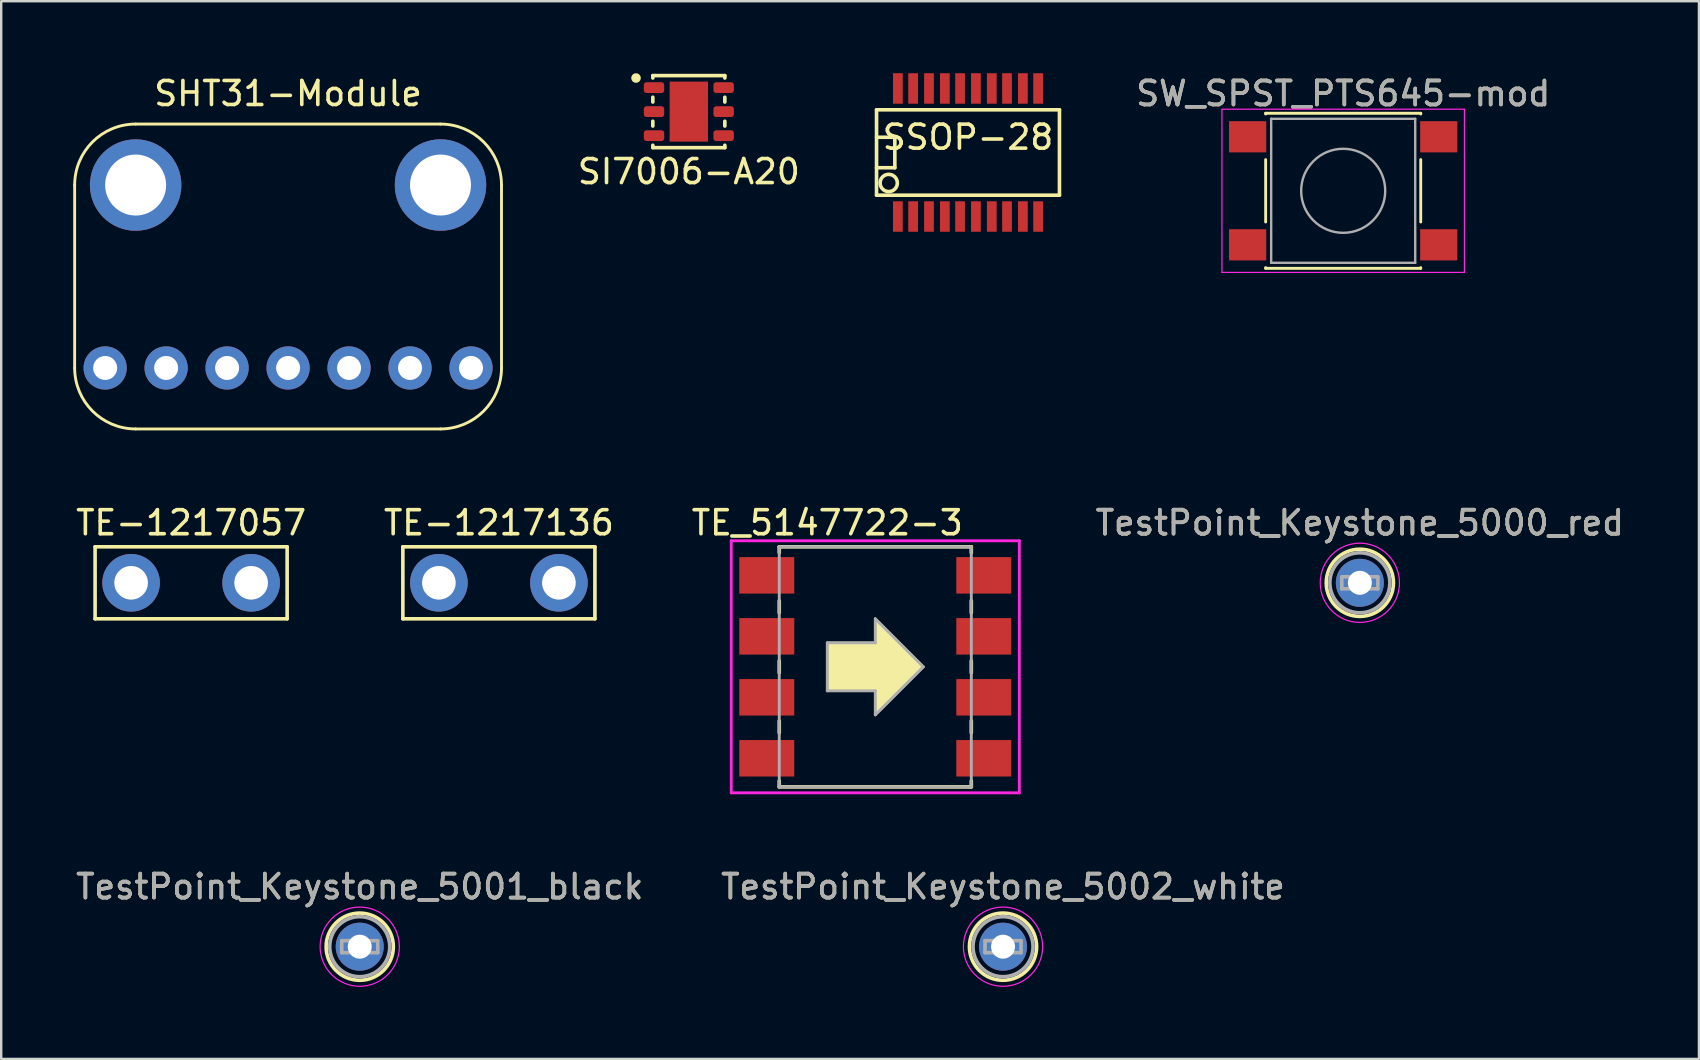
<source format=kicad_pcb>
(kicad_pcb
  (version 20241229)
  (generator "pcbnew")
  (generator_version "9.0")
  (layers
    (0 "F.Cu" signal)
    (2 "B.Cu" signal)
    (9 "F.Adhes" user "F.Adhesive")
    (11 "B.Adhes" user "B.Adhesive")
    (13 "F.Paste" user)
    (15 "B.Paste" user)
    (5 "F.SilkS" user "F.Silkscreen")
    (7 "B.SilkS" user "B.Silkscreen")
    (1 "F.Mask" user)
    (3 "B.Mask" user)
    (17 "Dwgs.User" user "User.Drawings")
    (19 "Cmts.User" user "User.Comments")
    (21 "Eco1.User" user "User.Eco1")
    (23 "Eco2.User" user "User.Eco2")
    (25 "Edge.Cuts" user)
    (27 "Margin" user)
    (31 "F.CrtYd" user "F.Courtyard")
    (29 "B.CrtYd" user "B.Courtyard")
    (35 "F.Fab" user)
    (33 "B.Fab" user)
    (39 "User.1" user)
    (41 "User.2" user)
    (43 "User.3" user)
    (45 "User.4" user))
  (footprint "TE_5147722-3"
    (layer "F.Cu")
    (at 33.411 24.727)
    (property "Reference" "TE_5147722-3" (at -2 -6 0) (layer "F.SilkS") (effects (font (size 1 1) (thickness 0.15))))
    (attr through_hole)
    (fp_line (start -4 -5) (end -4 -4.75) (stroke (width 0.15) (type solid)) (layer "F.SilkS"))
    (fp_line (start -4 -5) (end 4 -5) (stroke (width 0.15) (type solid)) (layer "F.SilkS"))
    (fp_line (start -4 -2.75) (end -4 -2.25) (stroke (width 0.15) (type solid)) (layer "F.SilkS"))
    (fp_line (start -4 -0.25) (end -4 0.25) (stroke (width 0.15) (type solid)) (layer "F.SilkS"))
    (fp_line (start -4 2.25) (end -4 2.75) (stroke (width 0.15) (type solid)) (layer "F.SilkS"))
    (fp_line (start -4 5) (end -4 4.75) (stroke (width 0.15) (type solid)) (layer "F.SilkS"))
    (fp_line (start -4 5) (end 4 5) (stroke (width 0.15) (type solid)) (layer "F.SilkS"))
    (fp_line (start 4 -5) (end 4 -4.75) (stroke (width 0.15) (type solid)) (layer "F.SilkS"))
    (fp_line (start 4 -2.75) (end 4 -2.25) (stroke (width 0.15) (type solid)) (layer "F.SilkS"))
    (fp_line (start 4 -0.25) (end 4 0.25) (stroke (width 0.15) (type solid)) (layer "F.SilkS"))
    (fp_line (start 4 2.25) (end 4 2.75) (stroke (width 0.15) (type solid)) (layer "F.SilkS"))
    (fp_line (start 4 5) (end 4 4.75) (stroke (width 0.15) (type solid)) (layer "F.SilkS"))
    (fp_poly (pts (xy -2 -1) (xy 0 -1) (xy 0 -2) (xy 2 0) (xy 0 2) (xy 0 1) (xy -2 1)) (stroke (width 0.1) (type solid)) (fill yes) (layer "F.SilkS"))
    (fp_line (start -6 -5.25) (end -6 5.25) (stroke (width 0.12) (type solid)) (layer "F.CrtYd"))
    (fp_line (start -6 -5.25) (end 6 -5.25) (stroke (width 0.12) (type solid)) (layer "F.CrtYd"))
    (fp_line (start 6 -5.25) (end 6 5.25) (stroke (width 0.12) (type solid)) (layer "F.CrtYd"))
    (fp_line (start 6 5.25) (end -6 5.25) (stroke (width 0.12) (type solid)) (layer "F.CrtYd"))
    (fp_line (start -4 -5) (end 4 -5) (stroke (width 0.12) (type solid)) (layer "F.Fab"))
    (fp_line (start -4 5) (end -4 -5) (stroke (width 0.12) (type solid)) (layer "F.Fab"))
    (fp_line (start -2 -1) (end 0 -1) (stroke (width 0.12) (type solid)) (layer "F.Fab"))
    (fp_line (start -2 1) (end -2 -1) (stroke (width 0.12) (type solid)) (layer "F.Fab"))
    (fp_line (start 0 -2) (end 2 0) (stroke (width 0.12) (type solid)) (layer "F.Fab"))
    (fp_line (start 0 -1) (end 0 -2) (stroke (width 0.12) (type solid)) (layer "F.Fab"))
    (fp_line (start 0 1) (end -2 1) (stroke (width 0.12) (type solid)) (layer "F.Fab"))
    (fp_line (start 0 2) (end 0 1) (stroke (width 0.12) (type solid)) (layer "F.Fab"))
    (fp_line (start 2 0) (end 0 2) (stroke (width 0.12) (type solid)) (layer "F.Fab"))
    (fp_line (start 4 -5) (end 4 5) (stroke (width 0.12) (type solid)) (layer "F.Fab"))
    (fp_line (start 4 5) (end -4 5) (stroke (width 0.12) (type solid)) (layer "F.Fab"))
    (pad "1" smd rect (at -4.52 -3.81 270) (size 1.52 2.29) (layers "F.Cu" "F.Mask" "F.Paste"))
    (pad "2" smd rect (at -4.52 -1.27 270) (size 1.52 2.29) (layers "F.Cu" "F.Mask" "F.Paste"))
    (pad "3" smd rect (at -4.52 1.27 270) (size 1.52 2.29) (layers "F.Cu" "F.Mask" "F.Paste"))
    (pad "4" smd rect (at -4.52 3.81 270) (size 1.52 2.29) (layers "F.Cu" "F.Mask" "F.Paste"))
    (pad "5" smd rect (at 4.52 -3.81 270) (size 1.52 2.29) (layers "F.Cu" "F.Mask" "F.Paste"))
    (pad "6" smd rect (at 4.52 -1.27 270) (size 1.52 2.29) (layers "F.Cu" "F.Mask" "F.Paste"))
    (pad "7" smd rect (at 4.52 1.27 270) (size 1.52 2.29) (layers "F.Cu" "F.Mask" "F.Paste"))
    (pad "8" smd rect (at 4.52 3.81 270) (size 1.52 2.29) (layers "F.Cu" "F.Mask" "F.Paste")))
  (footprint "SHT31-Module"
    (layer "F.Cu")
    (at 1.33 12.278)
    (property "Reference" "SHT31-Module" (at 7.62 -11.43 0) (layer "F.SilkS") (effects (font (size 1 1) (thickness 0.15))))
    (attr through_hole)
    (fp_line (start -1.27 0) (end -1.27 -7.62) (stroke (width 0.12) (type solid)) (layer "F.SilkS"))
    (fp_line (start 1.27 -10.16) (end 13.97 -10.16) (stroke (width 0.12) (type solid)) (layer "F.SilkS"))
    (fp_line (start 13.97 2.54) (end 1.27 2.54) (stroke (width 0.12) (type solid)) (layer "F.SilkS"))
    (fp_line (start 16.51 -7.62) (end 16.51 0) (stroke (width 0.12) (type solid)) (layer "F.SilkS"))
    (fp_arc (start -1.27 -7.62) (mid -0.526051 -9.416051) (end 1.27 -10.16) (stroke (width 0.12) (type solid)) (layer "F.SilkS"))
    (fp_arc (start 1.27 2.54) (mid -0.526051 1.796051) (end -1.27 0) (stroke (width 0.12) (type solid)) (layer "F.SilkS"))
    (fp_arc (start 13.97 -10.16) (mid 15.766051 -9.416051) (end 16.51 -7.62) (stroke (width 0.12) (type solid)) (layer "F.SilkS"))
    (fp_arc (start 16.51 0) (mid 15.766051 1.796051) (end 13.97 2.54) (stroke (width 0.12) (type solid)) (layer "F.SilkS"))
    (pad "" np_thru_hole circle (at 1.27 -7.62) (size 3.81 3.81) (drill 2.54) (layers "*.Cu" "*.Mask"))
    (pad "" np_thru_hole circle (at 13.97 -7.62) (size 3.81 3.81) (drill 2.54) (layers "*.Cu" "*.Mask"))
    (pad "1" thru_hole circle (at 0 0) (size 1.8 1.8) (drill 1) (layers "*.Cu" "*.Mask"))
    (pad "2" thru_hole circle (at 2.54 0) (size 1.8 1.8) (drill 1) (layers "*.Cu" "*.Mask"))
    (pad "3" thru_hole circle (at 5.08 0) (size 1.8 1.8) (drill 1) (layers "*.Cu" "*.Mask"))
    (pad "4" thru_hole circle (at 7.62 0) (size 1.8 1.8) (drill 1) (layers "*.Cu" "*.Mask"))
    (pad "5" thru_hole circle (at 10.16 0) (size 1.8 1.8) (drill 1) (layers "*.Cu" "*.Mask"))
    (pad "6" thru_hole circle (at 12.7 0) (size 1.8 1.8) (drill 1) (layers "*.Cu" "*.Mask"))
    (pad "7" thru_hole circle (at 15.24 0) (size 1.8 1.8) (drill 1) (layers "*.Cu" "*.Mask")))
  (footprint "TE-1217136"
    (layer "F.Cu")
    (at 17.732 21.227)
    (property "Reference" "TE-1217136" (at 0 -2.5 0) (layer "F.SilkS") (effects (font (size 1 1) (thickness 0.15))))
    (attr through_hole)
    (fp_line (start -4 -1.5) (end 4 -1.5) (stroke (width 0.15) (type solid)) (layer "F.SilkS"))
    (fp_line (start -4 1.5) (end -4 -1.5) (stroke (width 0.15) (type solid)) (layer "F.SilkS"))
    (fp_line (start 4 -1.5) (end 4 1.5) (stroke (width 0.15) (type solid)) (layer "F.SilkS"))
    (fp_line (start 4 1.5) (end -4 1.5) (stroke (width 0.15) (type solid)) (layer "F.SilkS"))
    (pad "1" thru_hole circle (at -2.5 0) (size 2.4 2.4) (drill 1.4) (layers "*.Cu" "*.Mask"))
    (pad "2" thru_hole circle (at 2.5 0) (size 2.4 2.4) (drill 1.4) (layers "*.Cu" "*.Mask")))
  (footprint "SI7006-A20"
    (layer "F.Cu")
    (at 25.644 1.6)
    (property "Reference" "SI7006-A20" (at 0 2.5 0) (layer "F.SilkS") (effects (font (size 1 1) (thickness 0.15))))
    (attr through_hole)
    (fp_line (start -1.5 -1.5) (end -1.5 -1.4) (stroke (width 0.15) (type solid)) (layer "F.SilkS"))
    (fp_line (start -1.5 -1.5) (end 1.5 -1.5) (stroke (width 0.15) (type solid)) (layer "F.SilkS"))
    (fp_line (start -1.5 -0.6) (end -1.5 -0.4) (stroke (width 0.15) (type solid)) (layer "F.SilkS"))
    (fp_line (start -1.5 0.4) (end -1.5 0.6) (stroke (width 0.15) (type solid)) (layer "F.SilkS"))
    (fp_line (start -1.5 1.5) (end -1.5 1.4) (stroke (width 0.15) (type solid)) (layer "F.SilkS"))
    (fp_line (start -1.5 1.5) (end 1.5 1.5) (stroke (width 0.15) (type solid)) (layer "F.SilkS"))
    (fp_line (start 1.5 -1.5) (end 1.5 -1.4) (stroke (width 0.15) (type solid)) (layer "F.SilkS"))
    (fp_line (start 1.5 -0.6) (end 1.5 -0.4) (stroke (width 0.15) (type solid)) (layer "F.SilkS"))
    (fp_line (start 1.5 0.4) (end 1.5 0.6) (stroke (width 0.15) (type solid)) (layer "F.SilkS"))
    (fp_line (start 1.5 1.5) (end 1.5 1.4) (stroke (width 0.15) (type solid)) (layer "F.SilkS"))
    (fp_circle (center -2.2 -1.4) (end -2.1 -1.4) (stroke (width 0.2) (type solid)) (fill no) (layer "F.SilkS"))
    (pad "1" smd roundrect (at -1.45 -1) (size 0.85 0.45) (layers "F.Cu" "F.Mask" "F.Paste") (roundrect_rratio 0.25))
    (pad "2" smd roundrect (at -1.45 0) (size 0.85 0.45) (layers "F.Cu" "F.Mask" "F.Paste") (roundrect_rratio 0.25))
    (pad "3" smd roundrect (at -1.45 1) (size 0.85 0.45) (layers "F.Cu" "F.Mask" "F.Paste") (roundrect_rratio 0.25))
    (pad "4" smd roundrect (at 1.45 1) (size 0.85 0.45) (layers "F.Cu" "F.Mask" "F.Paste") (roundrect_rratio 0.25))
    (pad "5" smd roundrect (at 1.45 0) (size 0.85 0.45) (layers "F.Cu" "F.Mask" "F.Paste") (roundrect_rratio 0.25))
    (pad "6" smd roundrect (at 1.45 -1) (size 0.85 0.45) (layers "F.Cu" "F.Mask" "F.Paste") (roundrect_rratio 0.25))
    (pad "7" smd rect (at 0 0) (size 1.6 2.5) (layers "F.Cu" "F.Mask" "F.Paste")))
  (footprint "SW_SPST_PTS645-mod"
    (layer "F.Cu")
    (at 52.902 4.898)
    (property "Reference" "SW_SPST_PTS645-mod" (at 0 -4.05 0) (layer "F.SilkS") (effects (font (size 1 1) (thickness 0.15))))
    (attr smd)
    (fp_line (start -3.23 -3.23) (end 3.23 -3.23) (stroke (width 0.12) (type solid)) (layer "F.SilkS"))
    (fp_line (start -3.23 -3.2) (end -3.23 -3.23) (stroke (width 0.12) (type solid)) (layer "F.SilkS"))
    (fp_line (start -3.23 -1.3) (end -3.23 1.3) (stroke (width 0.12) (type solid)) (layer "F.SilkS"))
    (fp_line (start -3.23 3.23) (end -3.23 3.2) (stroke (width 0.12) (type solid)) (layer "F.SilkS"))
    (fp_line (start -3.23 3.23) (end 3.23 3.23) (stroke (width 0.12) (type solid)) (layer "F.SilkS"))
    (fp_line (start 3.23 -3.23) (end 3.23 -3.2) (stroke (width 0.12) (type solid)) (layer "F.SilkS"))
    (fp_line (start 3.23 -1.3) (end 3.23 1.3) (stroke (width 0.12) (type solid)) (layer "F.SilkS"))
    (fp_line (start 3.23 3.23) (end 3.23 3.2) (stroke (width 0.12) (type solid)) (layer "F.SilkS"))
    (fp_line (start -5.05 -3.4) (end -5.05 3.4) (stroke (width 0.05) (type solid)) (layer "F.CrtYd"))
    (fp_line (start -5.05 -3.4) (end 5.05 -3.4) (stroke (width 0.05) (type solid)) (layer "F.CrtYd"))
    (fp_line (start -5.05 3.4) (end 5.05 3.4) (stroke (width 0.05) (type solid)) (layer "F.CrtYd"))
    (fp_line (start 5.05 3.4) (end 5.05 -3.4) (stroke (width 0.05) (type solid)) (layer "F.CrtYd"))
    (fp_line (start -3 -3) (end -3 3) (stroke (width 0.1) (type solid)) (layer "F.Fab"))
    (fp_line (start -3 3) (end 3 3) (stroke (width 0.1) (type solid)) (layer "F.Fab"))
    (fp_line (start 3 -3) (end -3 -3) (stroke (width 0.1) (type solid)) (layer "F.Fab"))
    (fp_line (start 3 3) (end 3 -3) (stroke (width 0.1) (type solid)) (layer "F.Fab"))
    (fp_circle (center 0 0) (end 1.75 -0.05) (stroke (width 0.1) (type solid)) (fill no) (layer "F.Fab"))
    (fp_text user "${REFERENCE}" (at 0 -4.05 0) (layer "F.Fab") (effects (font (size 1 1) (thickness 0.15))))
    (pad "1" smd rect (at -3.98 -2.25) (size 1.55 1.3) (layers "F.Cu" "F.Mask" "F.Paste"))
    (pad "1" smd rect (at 3.98 -2.25) (size 1.55 1.3) (layers "F.Cu" "F.Mask" "F.Paste"))
    (pad "2" smd rect (at 3.98 2.25) (size 1.55 1.3) (layers "F.Cu" "F.Mask" "F.Paste"))
    (pad "3" smd rect (at -3.98 2.25) (size 1.55 1.3) (layers "F.Cu" "F.Mask" "F.Paste")))
  (footprint "TestPoint_Keystone_5001_black"
    (layer "F.Cu")
    (at 11.935 36.385)
    (property "Reference" "TestPoint_Keystone_5001_black" (at 0 -2.5 0) (layer "F.SilkS") (effects (font (size 1 1) (thickness 0.15))))
    (attr through_hole)
    (fp_circle (center 0 0) (end 1.4 0) (stroke (width 0.15) (type solid)) (fill no) (layer "F.SilkS"))
    (fp_circle (center 0 0) (end 1.65 0) (stroke (width 0.05) (type solid)) (fill no) (layer "F.CrtYd"))
    (fp_line (start -0.75 -0.25) (end 0.75 -0.25) (stroke (width 0.15) (type solid)) (layer "F.Fab"))
    (fp_line (start -0.75 0.25) (end -0.75 -0.25) (stroke (width 0.15) (type solid)) (layer "F.Fab"))
    (fp_line (start 0.75 -0.25) (end 0.75 0.25) (stroke (width 0.15) (type solid)) (layer "F.Fab"))
    (fp_line (start 0.75 0.25) (end -0.75 0.25) (stroke (width 0.15) (type solid)) (layer "F.Fab"))
    (fp_circle (center 0 0) (end 1.25 0) (stroke (width 0.15) (type solid)) (fill no) (layer "F.Fab"))
    (fp_text user "${REFERENCE}" (at 0 -2.5 0) (layer "F.Fab") (effects (font (size 1 1) (thickness 0.15))))
    (pad "1" thru_hole circle (at 0 0) (size 2 2) (drill 1) (layers "*.Cu" "*.Mask")))
  (footprint "TE-1217057"
    (layer "F.Cu")
    (at 4.911 21.227)
    (property "Reference" "TE-1217057" (at 0 -2.5 0) (layer "F.SilkS") (effects (font (size 1 1) (thickness 0.15))))
    (attr through_hole)
    (fp_line (start -4 -1.5) (end 4 -1.5) (stroke (width 0.15) (type solid)) (layer "F.SilkS"))
    (fp_line (start -4 1.5) (end -4 -1.5) (stroke (width 0.15) (type solid)) (layer "F.SilkS"))
    (fp_line (start 4 -1.5) (end 4 1.5) (stroke (width 0.15) (type solid)) (layer "F.SilkS"))
    (fp_line (start 4 1.5) (end -4 1.5) (stroke (width 0.15) (type solid)) (layer "F.SilkS"))
    (pad "1" thru_hole circle (at -2.5 0) (size 2.4 2.4) (drill 1.4) (layers "*.Cu" "*.Mask"))
    (pad "2" thru_hole circle (at 2.5 0) (size 2.4 2.4) (drill 1.4) (layers "*.Cu" "*.Mask")))
  (footprint "SSOP-28"
    (layer "F.Cu")
    (at 37.273 3.302)
    (property "Reference" "SSOP-28" (at 0 -0.635 0) (layer "F.SilkS") (effects (font (size 1 1) (thickness 0.15))))
    (attr smd)
    (fp_line (start -3.81 -0.635) (end -3.048 -0.635) (stroke (width 0.15) (type solid)) (layer "F.SilkS"))
    (fp_line (start -3.81 1.778) (end -3.81 -1.778) (stroke (width 0.15) (type solid)) (layer "F.SilkS"))
    (fp_line (start -3.81 1.778) (end 3.81 1.778) (stroke (width 0.15) (type solid)) (layer "F.SilkS"))
    (fp_line (start -3.048 -0.635) (end -3.048 0.635) (stroke (width 0.15) (type solid)) (layer "F.SilkS"))
    (fp_line (start -3.048 0.635) (end -3.81 0.635) (stroke (width 0.15) (type solid)) (layer "F.SilkS"))
    (fp_line (start 3.81 -1.778) (end -3.81 -1.778) (stroke (width 0.15) (type solid)) (layer "F.SilkS"))
    (fp_line (start 3.81 -1.778) (end 3.81 1.778) (stroke (width 0.15) (type solid)) (layer "F.SilkS"))
    (fp_circle (center -3.302 1.27) (end -3.556 1.016) (stroke (width 0.15) (type solid)) (fill no) (layer "F.SilkS"))
    (pad "1" smd rect (at -2.921 2.667) (size 0.406 1.27) (layers "F.Cu" "F.Mask" "F.Paste"))
    (pad "2" smd rect (at -2.286 2.667) (size 0.406 1.27) (layers "F.Cu" "F.Mask" "F.Paste"))
    (pad "3" smd rect (at -1.626 2.667) (size 0.406 1.27) (layers "F.Cu" "F.Mask" "F.Paste"))
    (pad "4" smd rect (at -0.965 2.667) (size 0.406 1.27) (layers "F.Cu" "F.Mask" "F.Paste"))
    (pad "5" smd rect (at -0.33 2.667) (size 0.406 1.27) (layers "F.Cu" "F.Mask" "F.Paste"))
    (pad "6" smd rect (at 0.33 2.667) (size 0.406 1.27) (layers "F.Cu" "F.Mask" "F.Paste"))
    (pad "7" smd rect (at 0.991 2.667) (size 0.406 1.27) (layers "F.Cu" "F.Mask" "F.Paste"))
    (pad "8" smd rect (at 1.626 2.667) (size 0.406 1.27) (layers "F.Cu" "F.Mask" "F.Paste"))
    (pad "9" smd rect (at 2.286 2.667) (size 0.406 1.27) (layers "F.Cu" "F.Mask" "F.Paste"))
    (pad "10" smd rect (at 2.921 2.667) (size 0.406 1.27) (layers "F.Cu" "F.Mask" "F.Paste"))
    (pad "11" smd rect (at 2.921 -2.667) (size 0.406 1.27) (layers "F.Cu" "F.Mask" "F.Paste"))
    (pad "12" smd rect (at 2.286 -2.667) (size 0.406 1.27) (layers "F.Cu" "F.Mask" "F.Paste"))
    (pad "13" smd rect (at 1.626 -2.667) (size 0.406 1.27) (layers "F.Cu" "F.Mask" "F.Paste"))
    (pad "14" smd rect (at 0.991 -2.667) (size 0.406 1.27) (layers "F.Cu" "F.Mask" "F.Paste"))
    (pad "15" smd rect (at 0.33 -2.667) (size 0.406 1.27) (layers "F.Cu" "F.Mask" "F.Paste"))
    (pad "16" smd rect (at -0.33 -2.667) (size 0.406 1.27) (layers "F.Cu" "F.Mask" "F.Paste"))
    (pad "17" smd rect (at -0.965 -2.667) (size 0.406 1.27) (layers "F.Cu" "F.Mask" "F.Paste"))
    (pad "18" smd rect (at -1.626 -2.667) (size 0.406 1.27) (layers "F.Cu" "F.Mask" "F.Paste"))
    (pad "19" smd rect (at -2.286 -2.667) (size 0.406 1.27) (layers "F.Cu" "F.Mask" "F.Paste"))
    (pad "20" smd rect (at -2.921 -2.667) (size 0.406 1.27) (layers "F.Cu" "F.Mask" "F.Paste")))
  (footprint "TestPoint_Keystone_5002_white"
    (layer "F.Cu")
    (at 38.732 36.385)
    (property "Reference" "TestPoint_Keystone_5002_white" (at 0 -2.5 0) (layer "F.SilkS") (effects (font (size 1 1) (thickness 0.15))))
    (attr through_hole)
    (fp_circle (center 0 0) (end 1.4 0) (stroke (width 0.15) (type solid)) (fill no) (layer "F.SilkS"))
    (fp_circle (center 0 0) (end 1.65 0) (stroke (width 0.05) (type solid)) (fill no) (layer "F.CrtYd"))
    (fp_line (start -0.75 -0.25) (end 0.75 -0.25) (stroke (width 0.15) (type solid)) (layer "F.Fab"))
    (fp_line (start -0.75 0.25) (end -0.75 -0.25) (stroke (width 0.15) (type solid)) (layer "F.Fab"))
    (fp_line (start 0.75 -0.25) (end 0.75 0.25) (stroke (width 0.15) (type solid)) (layer "F.Fab"))
    (fp_line (start 0.75 0.25) (end -0.75 0.25) (stroke (width 0.15) (type solid)) (layer "F.Fab"))
    (fp_circle (center 0 0) (end 1.25 0) (stroke (width 0.15) (type solid)) (fill no) (layer "F.Fab"))
    (fp_text user "${REFERENCE}" (at 0 -2.5 0) (layer "F.Fab") (effects (font (size 1 1) (thickness 0.15))))
    (pad "1" thru_hole circle (at 0 0) (size 2 2) (drill 1) (layers "*.Cu" "*.Mask")))
  (footprint "TestPoint_Keystone_5000_red"
    (layer "F.Cu")
    (at 53.596 21.227)
    (property "Reference" "TestPoint_Keystone_5000_red" (at 0 -2.5 0) (layer "F.SilkS") (effects (font (size 1 1) (thickness 0.15))))
    (attr through_hole)
    (fp_circle (center 0 0) (end 1.4 0) (stroke (width 0.15) (type solid)) (fill no) (layer "F.SilkS"))
    (fp_circle (center 0 0) (end 1.65 0) (stroke (width 0.05) (type solid)) (fill no) (layer "F.CrtYd"))
    (fp_line (start -0.75 -0.25) (end 0.75 -0.25) (stroke (width 0.15) (type solid)) (layer "F.Fab"))
    (fp_line (start -0.75 0.25) (end -0.75 -0.25) (stroke (width 0.15) (type solid)) (layer "F.Fab"))
    (fp_line (start 0.75 -0.25) (end 0.75 0.25) (stroke (width 0.15) (type solid)) (layer "F.Fab"))
    (fp_line (start 0.75 0.25) (end -0.75 0.25) (stroke (width 0.15) (type solid)) (layer "F.Fab"))
    (fp_circle (center 0 0) (end 1.25 0) (stroke (width 0.15) (type solid)) (fill no) (layer "F.Fab"))
    (fp_text user "${REFERENCE}" (at 0 -2.5 0) (layer "F.Fab") (effects (font (size 1 1) (thickness 0.15))))
    (pad "1" thru_hole circle (at 0 0) (size 2 2) (drill 1) (layers "*.Cu" "*.Mask")))
  (gr_rect
    (start -3 -3)
    (end 67.721 41.06)
    (stroke (width 0.1) (type default))
    (fill no)
    (layer "Edge.Cuts")))
</source>
